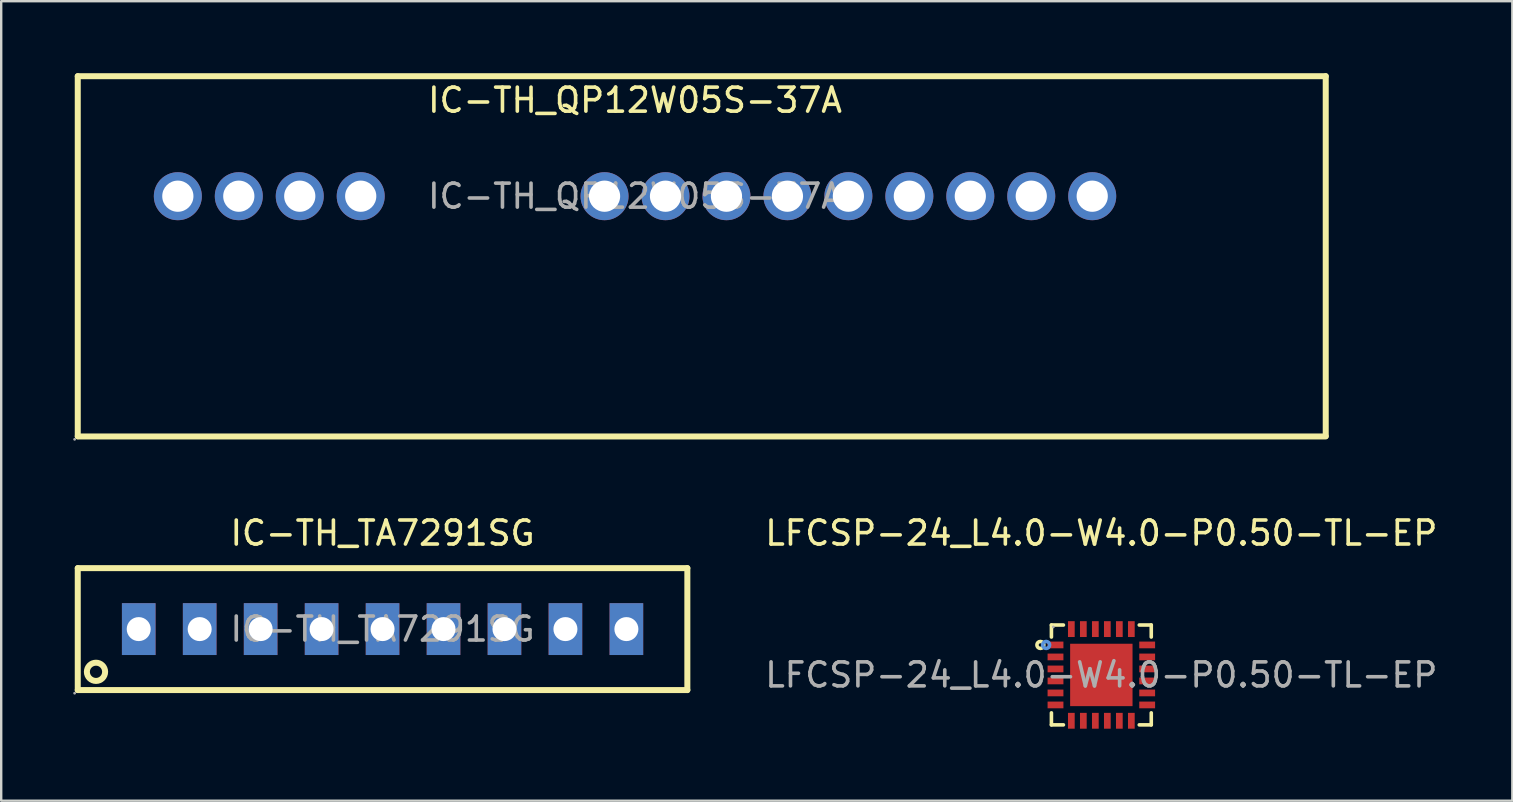
<source format=kicad_pcb>
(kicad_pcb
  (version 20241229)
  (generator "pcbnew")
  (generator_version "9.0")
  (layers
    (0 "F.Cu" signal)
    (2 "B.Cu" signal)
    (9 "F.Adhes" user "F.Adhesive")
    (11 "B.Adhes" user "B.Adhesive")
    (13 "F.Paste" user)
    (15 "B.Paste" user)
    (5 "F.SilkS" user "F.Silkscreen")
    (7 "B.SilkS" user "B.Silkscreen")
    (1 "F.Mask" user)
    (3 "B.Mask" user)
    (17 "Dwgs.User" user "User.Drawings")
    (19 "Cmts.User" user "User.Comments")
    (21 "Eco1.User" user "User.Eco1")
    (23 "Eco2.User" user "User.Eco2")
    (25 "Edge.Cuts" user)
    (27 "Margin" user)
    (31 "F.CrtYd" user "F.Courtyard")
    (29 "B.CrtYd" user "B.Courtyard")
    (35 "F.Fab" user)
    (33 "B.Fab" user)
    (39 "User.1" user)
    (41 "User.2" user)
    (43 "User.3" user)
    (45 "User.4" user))
  (footprint "IC-TH_QP12W05S-37A"
    (layer "F.Cu")
    (at 23.41 5.125)
    (property "Reference" "IC-TH_QP12W05S-37A" (at 0 -4 0) (layer "F.SilkS") (effects (font (size 1 1) (thickness 0.15))))
    (attr through_hole)
    (fp_line (start -23.22 -5) (end -23.22 10) (stroke (width 0.25) (type solid)) (layer "F.SilkS"))
    (fp_line (start -23.22 -5) (end 28.78 -5) (stroke (width 0.25) (type solid)) (layer "F.SilkS"))
    (fp_line (start -23.22 10.01) (end 28.78 10.01) (stroke (width 0.25) (type solid)) (layer "F.SilkS"))
    (fp_line (start 28.78 -5) (end 28.78 9.99) (stroke (width 0.25) (type solid)) (layer "F.SilkS"))
    (fp_circle (center -23.35 10.13) (end -23.32 10.13) (stroke (width 0.06) (type solid)) (fill no) (layer "F.Fab"))
    (fp_circle (center -19.05 0) (end -18.77 0) (stroke (width 0.55) (type solid)) (fill no) (layer "F.Fab"))
    (fp_circle (center -16.51 0) (end -16.23 0) (stroke (width 0.55) (type solid)) (fill no) (layer "F.Fab"))
    (fp_circle (center -13.97 0) (end -13.69 0) (stroke (width 0.55) (type solid)) (fill no) (layer "F.Fab"))
    (fp_circle (center -11.43 0) (end -11.15 0) (stroke (width 0.55) (type solid)) (fill no) (layer "F.Fab"))
    (fp_circle (center -1.27 0) (end -0.99 0) (stroke (width 0.55) (type solid)) (fill no) (layer "F.Fab"))
    (fp_circle (center 1.27 0) (end 1.55 0) (stroke (width 0.55) (type solid)) (fill no) (layer "F.Fab"))
    (fp_circle (center 3.81 0) (end 4.09 0) (stroke (width 0.55) (type solid)) (fill no) (layer "F.Fab"))
    (fp_circle (center 6.35 0) (end 6.63 0) (stroke (width 0.55) (type solid)) (fill no) (layer "F.Fab"))
    (fp_circle (center 8.89 0) (end 9.17 0) (stroke (width 0.55) (type solid)) (fill no) (layer "F.Fab"))
    (fp_circle (center 11.43 0) (end 11.71 0) (stroke (width 0.55) (type solid)) (fill no) (layer "F.Fab"))
    (fp_circle (center 13.97 0) (end 14.25 0) (stroke (width 0.55) (type solid)) (fill no) (layer "F.Fab"))
    (fp_circle (center 16.51 0) (end 16.79 0) (stroke (width 0.55) (type solid)) (fill no) (layer "F.Fab"))
    (fp_circle (center 19.05 0) (end 19.33 0) (stroke (width 0.55) (type solid)) (fill no) (layer "F.Fab"))
    (fp_text user "${REFERENCE}" (at 0 0 0) (layer "F.Fab") (effects (font (size 1 1) (thickness 0.15))))
    (pad "1" thru_hole circle (at -19.05 0) (size 2 2) (drill 1.3) (layers "*.Cu" "*.Paste" "*.Mask"))
    (pad "2" thru_hole circle (at -16.51 0) (size 2 2) (drill 1.3) (layers "*.Cu" "*.Paste" "*.Mask"))
    (pad "3" thru_hole circle (at -13.97 0) (size 2 2) (drill 1.3) (layers "*.Cu" "*.Paste" "*.Mask"))
    (pad "4" thru_hole circle (at -11.43 0) (size 2 2) (drill 1.3) (layers "*.Cu" "*.Paste" "*.Mask"))
    (pad "8" thru_hole circle (at -1.27 0) (size 2 2) (drill 1.3) (layers "*.Cu" "*.Paste" "*.Mask"))
    (pad "9" thru_hole circle (at 1.27 0) (size 2 2) (drill 1.3) (layers "*.Cu" "*.Paste" "*.Mask"))
    (pad "10" thru_hole circle (at 3.81 0) (size 2 2) (drill 1.3) (layers "*.Cu" "*.Paste" "*.Mask"))
    (pad "11" thru_hole circle (at 6.35 0) (size 2 2) (drill 1.3) (layers "*.Cu" "*.Paste" "*.Mask"))
    (pad "12" thru_hole circle (at 8.89 0) (size 2 2) (drill 1.3) (layers "*.Cu" "*.Paste" "*.Mask"))
    (pad "13" thru_hole circle (at 11.43 0) (size 2 2) (drill 1.3) (layers "*.Cu" "*.Paste" "*.Mask"))
    (pad "14" thru_hole circle (at 13.97 0) (size 2 2) (drill 1.3) (layers "*.Cu" "*.Paste" "*.Mask"))
    (pad "15" thru_hole circle (at 16.51 0) (size 2 2) (drill 1.3) (layers "*.Cu" "*.Paste" "*.Mask"))
    (pad "16" thru_hole circle (at 19.05 0) (size 2 2) (drill 1.3) (layers "*.Cu" "*.Paste" "*.Mask")))
  (footprint "LFCSP-24_L4.0-W4.0-P0.50-TL-EP"
    (layer "F.Cu")
    (at 42.84 25.073)
    (property "Reference" "LFCSP-24_L4.0-W4.0-P0.50-TL-EP" (at 0 -5.91 0) (layer "F.SilkS") (effects (font (size 1 1) (thickness 0.15))))
    (attr through_hole)
    (fp_line (start -2.08 -2.08) (end -2.08 -1.58) (stroke (width 0.15) (type solid)) (layer "F.SilkS"))
    (fp_line (start -2.08 2.08) (end -2.08 1.58) (stroke (width 0.15) (type solid)) (layer "F.SilkS"))
    (fp_line (start -1.58 -2.08) (end -2.08 -2.08) (stroke (width 0.15) (type solid)) (layer "F.SilkS"))
    (fp_line (start -1.58 2.08) (end -2.08 2.08) (stroke (width 0.15) (type solid)) (layer "F.SilkS"))
    (fp_line (start 1.58 -2.08) (end 2.08 -2.08) (stroke (width 0.15) (type solid)) (layer "F.SilkS"))
    (fp_line (start 1.58 2.08) (end 2.08 2.08) (stroke (width 0.15) (type solid)) (layer "F.SilkS"))
    (fp_line (start 2.08 -2.08) (end 2.08 -1.58) (stroke (width 0.15) (type solid)) (layer "F.SilkS"))
    (fp_line (start 2.08 2.08) (end 2.08 1.58) (stroke (width 0.15) (type solid)) (layer "F.SilkS"))
    (fp_circle (center -2.54 -1.25) (end -2.47 -1.25) (stroke (width 0.15) (type solid)) (fill no) (layer "F.SilkS"))
    (fp_circle (center -2.3 -1.25) (end -2.23 -1.25) (stroke (width 0.15) (type solid)) (fill no) (layer "Cmts.User"))
    (fp_circle (center -2 -2) (end -1.97 -2) (stroke (width 0.06) (type solid)) (fill no) (layer "F.Fab"))
    (fp_text user "${REFERENCE}" (at 0 0 0) (layer "F.Fab") (effects (font (size 1 1) (thickness 0.15))))
    (pad "1" smd rect (at -1.91 -1.25) (size 0.66 0.28) (layers "F.Cu" "F.Mask" "F.Paste"))
    (pad "2" smd rect (at -1.91 -0.75) (size 0.66 0.28) (layers "F.Cu" "F.Mask" "F.Paste"))
    (pad "3" smd rect (at -1.91 -0.25) (size 0.66 0.28) (layers "F.Cu" "F.Mask" "F.Paste"))
    (pad "4" smd rect (at -1.91 0.25) (size 0.66 0.28) (layers "F.Cu" "F.Mask" "F.Paste"))
    (pad "5" smd rect (at -1.91 0.75) (size 0.66 0.28) (layers "F.Cu" "F.Mask" "F.Paste"))
    (pad "6" smd rect (at -1.91 1.25) (size 0.66 0.28) (layers "F.Cu" "F.Mask" "F.Paste"))
    (pad "7" smd rect (at -1.25 1.91) (size 0.28 0.66) (layers "F.Cu" "F.Mask" "F.Paste"))
    (pad "8" smd rect (at -0.75 1.91) (size 0.28 0.66) (layers "F.Cu" "F.Mask" "F.Paste"))
    (pad "9" smd rect (at -0.25 1.91) (size 0.28 0.66) (layers "F.Cu" "F.Mask" "F.Paste"))
    (pad "10" smd rect (at 0.25 1.91) (size 0.28 0.66) (layers "F.Cu" "F.Mask" "F.Paste"))
    (pad "11" smd rect (at 0.75 1.91) (size 0.28 0.66) (layers "F.Cu" "F.Mask" "F.Paste"))
    (pad "12" smd rect (at 1.25 1.91) (size 0.28 0.66) (layers "F.Cu" "F.Mask" "F.Paste"))
    (pad "13" smd rect (at 1.91 1.25) (size 0.66 0.28) (layers "F.Cu" "F.Mask" "F.Paste"))
    (pad "14" smd rect (at 1.91 0.75) (size 0.66 0.28) (layers "F.Cu" "F.Mask" "F.Paste"))
    (pad "15" smd rect (at 1.91 0.25) (size 0.66 0.28) (layers "F.Cu" "F.Mask" "F.Paste"))
    (pad "16" smd rect (at 1.91 -0.25) (size 0.66 0.28) (layers "F.Cu" "F.Mask" "F.Paste"))
    (pad "17" smd rect (at 1.91 -0.75) (size 0.66 0.28) (layers "F.Cu" "F.Mask" "F.Paste"))
    (pad "18" smd rect (at 1.91 -1.25) (size 0.66 0.28) (layers "F.Cu" "F.Mask" "F.Paste"))
    (pad "19" smd rect (at 1.25 -1.91) (size 0.28 0.66) (layers "F.Cu" "F.Mask" "F.Paste"))
    (pad "20" smd rect (at 0.75 -1.91) (size 0.28 0.66) (layers "F.Cu" "F.Mask" "F.Paste"))
    (pad "21" smd rect (at 0.25 -1.91) (size 0.28 0.66) (layers "F.Cu" "F.Mask" "F.Paste"))
    (pad "22" smd rect (at -0.25 -1.91) (size 0.28 0.66) (layers "F.Cu" "F.Mask" "F.Paste"))
    (pad "23" smd rect (at -0.75 -1.91) (size 0.28 0.66) (layers "F.Cu" "F.Mask" "F.Paste"))
    (pad "24" smd rect (at -1.25 -1.91) (size 0.28 0.66) (layers "F.Cu" "F.Mask" "F.Paste"))
    (pad "25" smd rect (at 0 0) (size 2.6 2.6) (layers "F.Cu" "F.Mask" "F.Paste")))
  (footprint "IC-TH_TA7291SG"
    (layer "F.Cu")
    (at 12.89 23.163)
    (property "Reference" "IC-TH_TA7291SG" (at 0 -4 0) (layer "F.SilkS") (effects (font (size 1 1) (thickness 0.15))))
    (attr through_hole)
    (fp_line (start -12.7 -2.54) (end -12.7 2.54) (stroke (width 0.25) (type solid)) (layer "F.SilkS"))
    (fp_line (start -12.7 2.54) (end 12.7 2.54) (stroke (width 0.25) (type solid)) (layer "F.SilkS"))
    (fp_line (start 12.7 -2.54) (end -12.7 -2.54) (stroke (width 0.25) (type solid)) (layer "F.SilkS"))
    (fp_line (start 12.7 2.54) (end 12.7 -2.54) (stroke (width 0.25) (type solid)) (layer "F.SilkS"))
    (fp_circle (center -11.94 1.78) (end -11.56 1.78) (stroke (width 0.25) (type solid)) (fill no) (layer "F.SilkS"))
    (fp_circle (center -12.83 2.67) (end -12.8 2.67) (stroke (width 0.06) (type solid)) (fill no) (layer "F.Fab"))
    (fp_circle (center -10.16 0) (end -9.96 0) (stroke (width 0.4) (type solid)) (fill no) (layer "F.Fab"))
    (fp_circle (center -7.62 0) (end -7.42 0) (stroke (width 0.4) (type solid)) (fill no) (layer "F.Fab"))
    (fp_circle (center -5.08 0) (end -4.88 0) (stroke (width 0.4) (type solid)) (fill no) (layer "F.Fab"))
    (fp_circle (center -2.54 0) (end -2.34 0) (stroke (width 0.4) (type solid)) (fill no) (layer "F.Fab"))
    (fp_circle (center 0 0) (end 0.2 0) (stroke (width 0.4) (type solid)) (fill no) (layer "F.Fab"))
    (fp_circle (center 2.54 0) (end 2.74 0) (stroke (width 0.4) (type solid)) (fill no) (layer "F.Fab"))
    (fp_circle (center 5.08 0) (end 5.28 0) (stroke (width 0.4) (type solid)) (fill no) (layer "F.Fab"))
    (fp_circle (center 7.62 0) (end 7.82 0) (stroke (width 0.4) (type solid)) (fill no) (layer "F.Fab"))
    (fp_circle (center 10.16 0) (end 10.36 0) (stroke (width 0.4) (type solid)) (fill no) (layer "F.Fab"))
    (fp_text user "${REFERENCE}" (at 0 0 0) (layer "F.Fab") (effects (font (size 1 1) (thickness 0.15))))
    (pad "1" thru_hole rect (at -10.16 0 90) (size 2.16 1.4) (drill 1) (layers "*.Cu" "*.Paste" "*.Mask"))
    (pad "2" thru_hole rect (at -7.62 0 90) (size 2.16 1.4) (drill 1) (layers "*.Cu" "*.Paste" "*.Mask"))
    (pad "3" thru_hole rect (at -5.08 0 90) (size 2.16 1.4) (drill 1) (layers "*.Cu" "*.Paste" "*.Mask"))
    (pad "4" thru_hole rect (at -2.54 0 90) (size 2.16 1.4) (drill 1) (layers "*.Cu" "*.Paste" "*.Mask"))
    (pad "5" thru_hole rect (at 0 0 90) (size 2.16 1.4) (drill 1) (layers "*.Cu" "*.Paste" "*.Mask"))
    (pad "6" thru_hole rect (at 2.54 0 90) (size 2.16 1.4) (drill 1) (layers "*.Cu" "*.Paste" "*.Mask"))
    (pad "7" thru_hole rect (at 5.08 0 90) (size 2.16 1.4) (drill 1) (layers "*.Cu" "*.Paste" "*.Mask"))
    (pad "8" thru_hole rect (at 7.62 0 90) (size 2.16 1.4) (drill 1) (layers "*.Cu" "*.Paste" "*.Mask"))
    (pad "9" thru_hole rect (at 10.16 0 90) (size 2.16 1.4) (drill 1) (layers "*.Cu" "*.Paste" "*.Mask")))
  (gr_rect
    (start -3 -3)
    (end 59.965 30.313)
    (stroke (width 0.1) (type default))
    (fill no)
    (layer "Edge.Cuts")))
</source>
